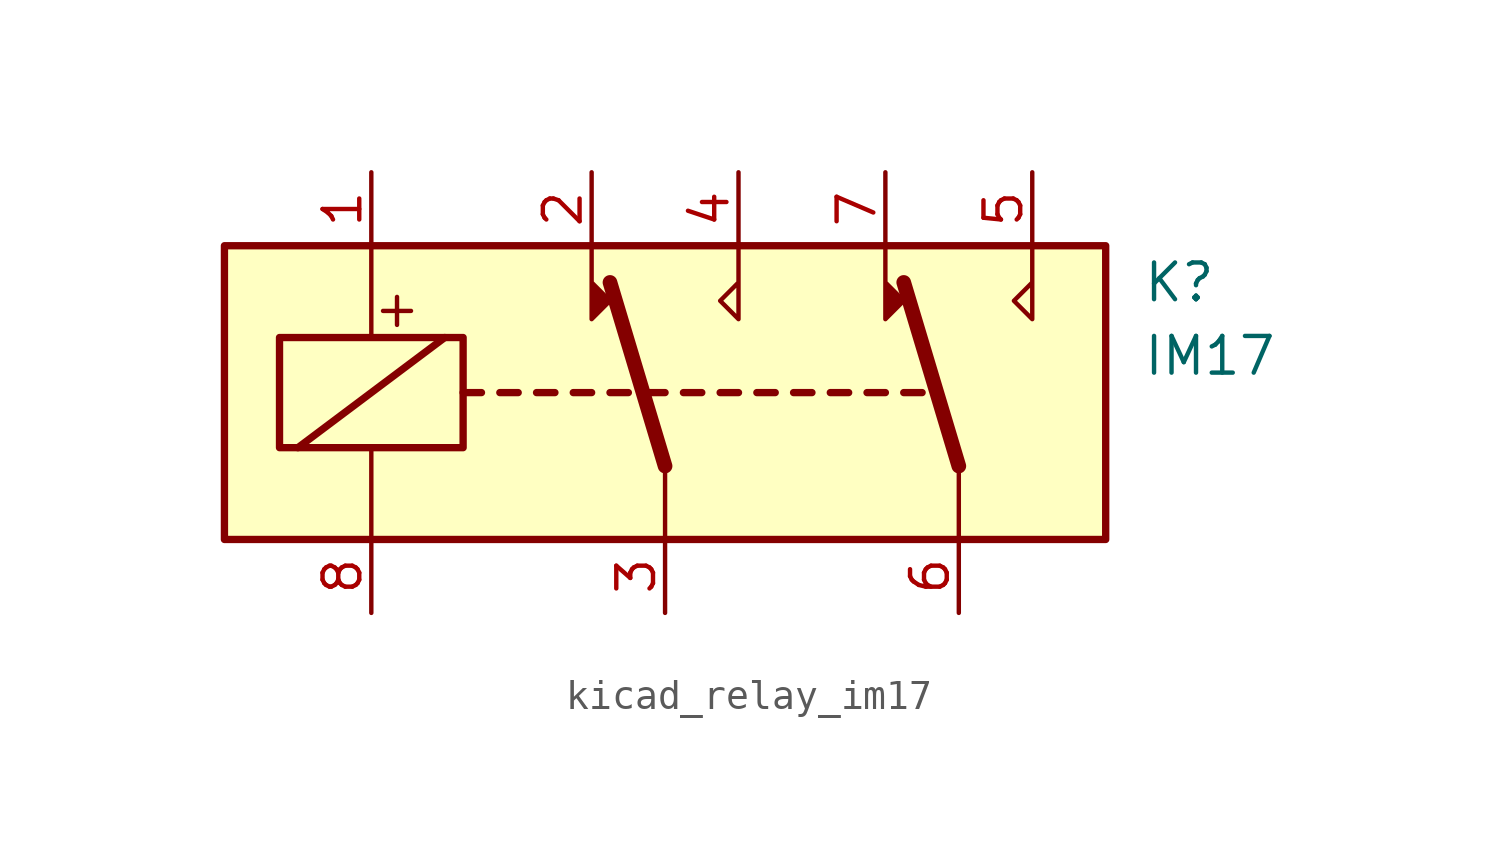
<source format=kicad_sym>
(kicad_symbol_lib
  (version 20220914)
  (generator kicad_symbol_editor)
  (symbol "kicad_relay_im17"
    (property "Reference" "K"
      (at 16.51 3.81 0)
      (effects (font (size 1.27 1.27)) (justify left)))
    (property "Value" "IM17"
      (at 16.51 1.27 0)
      (effects (font (size 1.27 1.27)) (justify left)))
    (symbol "kicad_relay_im17_0_0"
      (text "+" (at -9.271 2.921 0) (effects (font (size 1.27 1.27)))))
    (symbol "kicad_relay_im17_0_1"
      (rectangle (start -15.24 5.08) (end 15.24 -5.08) (stroke (width 0.254) (type default)) (fill (type background)))
      (rectangle (start -13.335 1.905) (end -6.985 -1.905) (stroke (width 0.254) (type default)) (fill (type none)))
      (polyline (pts (xy -12.7 -1.905) (xy -7.62 1.905)) (stroke (width 0.254) (type default)) (fill (type none)))
      (polyline (pts (xy -10.16 -5.08) (xy -10.16 -1.905)) (stroke (width 0) (type default)) (fill (type none)))
      (polyline (pts (xy -10.16 5.08) (xy -10.16 1.905)) (stroke (width 0) (type default)) (fill (type none)))
      (polyline (pts (xy -6.985 0) (xy -6.35 0)) (stroke (width 0.254) (type default)) (fill (type none)))
      (polyline (pts (xy -5.715 0) (xy -5.08 0)) (stroke (width 0.254) (type default)) (fill (type none)))
      (polyline (pts (xy -4.445 0) (xy -3.81 0)) (stroke (width 0.254) (type default)) (fill (type none)))
      (polyline (pts (xy -3.175 0) (xy -2.54 0)) (stroke (width 0.254) (type default)) (fill (type none)))
      (polyline (pts (xy -1.905 0) (xy -1.27 0)) (stroke (width 0.254) (type default)) (fill (type none)))
      (polyline (pts (xy -0.635 0) (xy 0 0)) (stroke (width 0.254) (type default)) (fill (type none)))
      (polyline (pts (xy 0 -2.54) (xy -1.905 3.81)) (stroke (width 0.508) (type default)) (fill (type none)))
      (polyline (pts (xy 0 -2.54) (xy 0 -5.08)) (stroke (width 0) (type default)) (fill (type none)))
      (polyline (pts (xy 0.635 0) (xy 1.27 0)) (stroke (width 0.254) (type default)) (fill (type none)))
      (polyline (pts (xy 1.905 0) (xy 2.54 0)) (stroke (width 0.254) (type default)) (fill (type none)))
      (polyline (pts (xy 3.175 0) (xy 3.81 0)) (stroke (width 0.254) (type default)) (fill (type none)))
      (polyline (pts (xy 4.445 0) (xy 5.08 0)) (stroke (width 0.254) (type default)) (fill (type none)))
      (polyline (pts (xy 5.715 0) (xy 6.35 0)) (stroke (width 0.254) (type default)) (fill (type none)))
      (polyline (pts (xy 6.985 0) (xy 7.62 0)) (stroke (width 0.254) (type default)) (fill (type none)))
      (polyline (pts (xy 8.255 0) (xy 8.89 0)) (stroke (width 0.254) (type default)) (fill (type none)))
      (polyline (pts (xy 10.16 -2.54) (xy 8.255 3.81)) (stroke (width 0.508) (type default)) (fill (type none)))
      (polyline (pts (xy 10.16 -2.54) (xy 10.16 -5.08)) (stroke (width 0) (type default)) (fill (type none)))
      (polyline (pts (xy -2.54 5.08) (xy -2.54 2.54) (xy -1.905 3.175) (xy -2.54 3.81)) (stroke (width 0) (type default)) (fill (type outline)))
      (polyline (pts (xy 2.54 5.08) (xy 2.54 2.54) (xy 1.905 3.175) (xy 2.54 3.81)) (stroke (width 0) (type default)) (fill (type none)))
      (polyline (pts (xy 7.62 5.08) (xy 7.62 2.54) (xy 8.255 3.175) (xy 7.62 3.81)) (stroke (width 0) (type default)) (fill (type outline)))
      (polyline (pts (xy 12.7 5.08) (xy 12.7 2.54) (xy 12.065 3.175) (xy 12.7 3.81)) (stroke (width 0) (type default)) (fill (type none))))
    (symbol "kicad_relay_im17_1_1"
      (pin passive line (at -10.16 7.62 270) (length 2.54) (name "~" (effects (font (size 1.27 1.27)))) (number "1" (effects (font (size 1.27 1.27)))))
      (pin passive line (at -2.54 7.62 270) (length 2.54) (name "~" (effects (font (size 1.27 1.27)))) (number "2" (effects (font (size 1.27 1.27)))))
      (pin passive line (at 0 -7.62 90) (length 2.54) (name "~" (effects (font (size 1.27 1.27)))) (number "3" (effects (font (size 1.27 1.27)))))
      (pin passive line (at 2.54 7.62 270) (length 2.54) (name "~" (effects (font (size 1.27 1.27)))) (number "4" (effects (font (size 1.27 1.27)))))
      (pin passive line (at 12.7 7.62 270) (length 2.54) (name "~" (effects (font (size 1.27 1.27)))) (number "5" (effects (font (size 1.27 1.27)))))
      (pin passive line (at 10.16 -7.62 90) (length 2.54) (name "~" (effects (font (size 1.27 1.27)))) (number "6" (effects (font (size 1.27 1.27)))))
      (pin passive line (at 7.62 7.62 270) (length 2.54) (name "~" (effects (font (size 1.27 1.27)))) (number "7" (effects (font (size 1.27 1.27)))))
      (pin passive line (at -10.16 -7.62 90) (length 2.54) (name "~" (effects (font (size 1.27 1.27)))) (number "8" (effects (font (size 1.27 1.27))))))))
</source>
